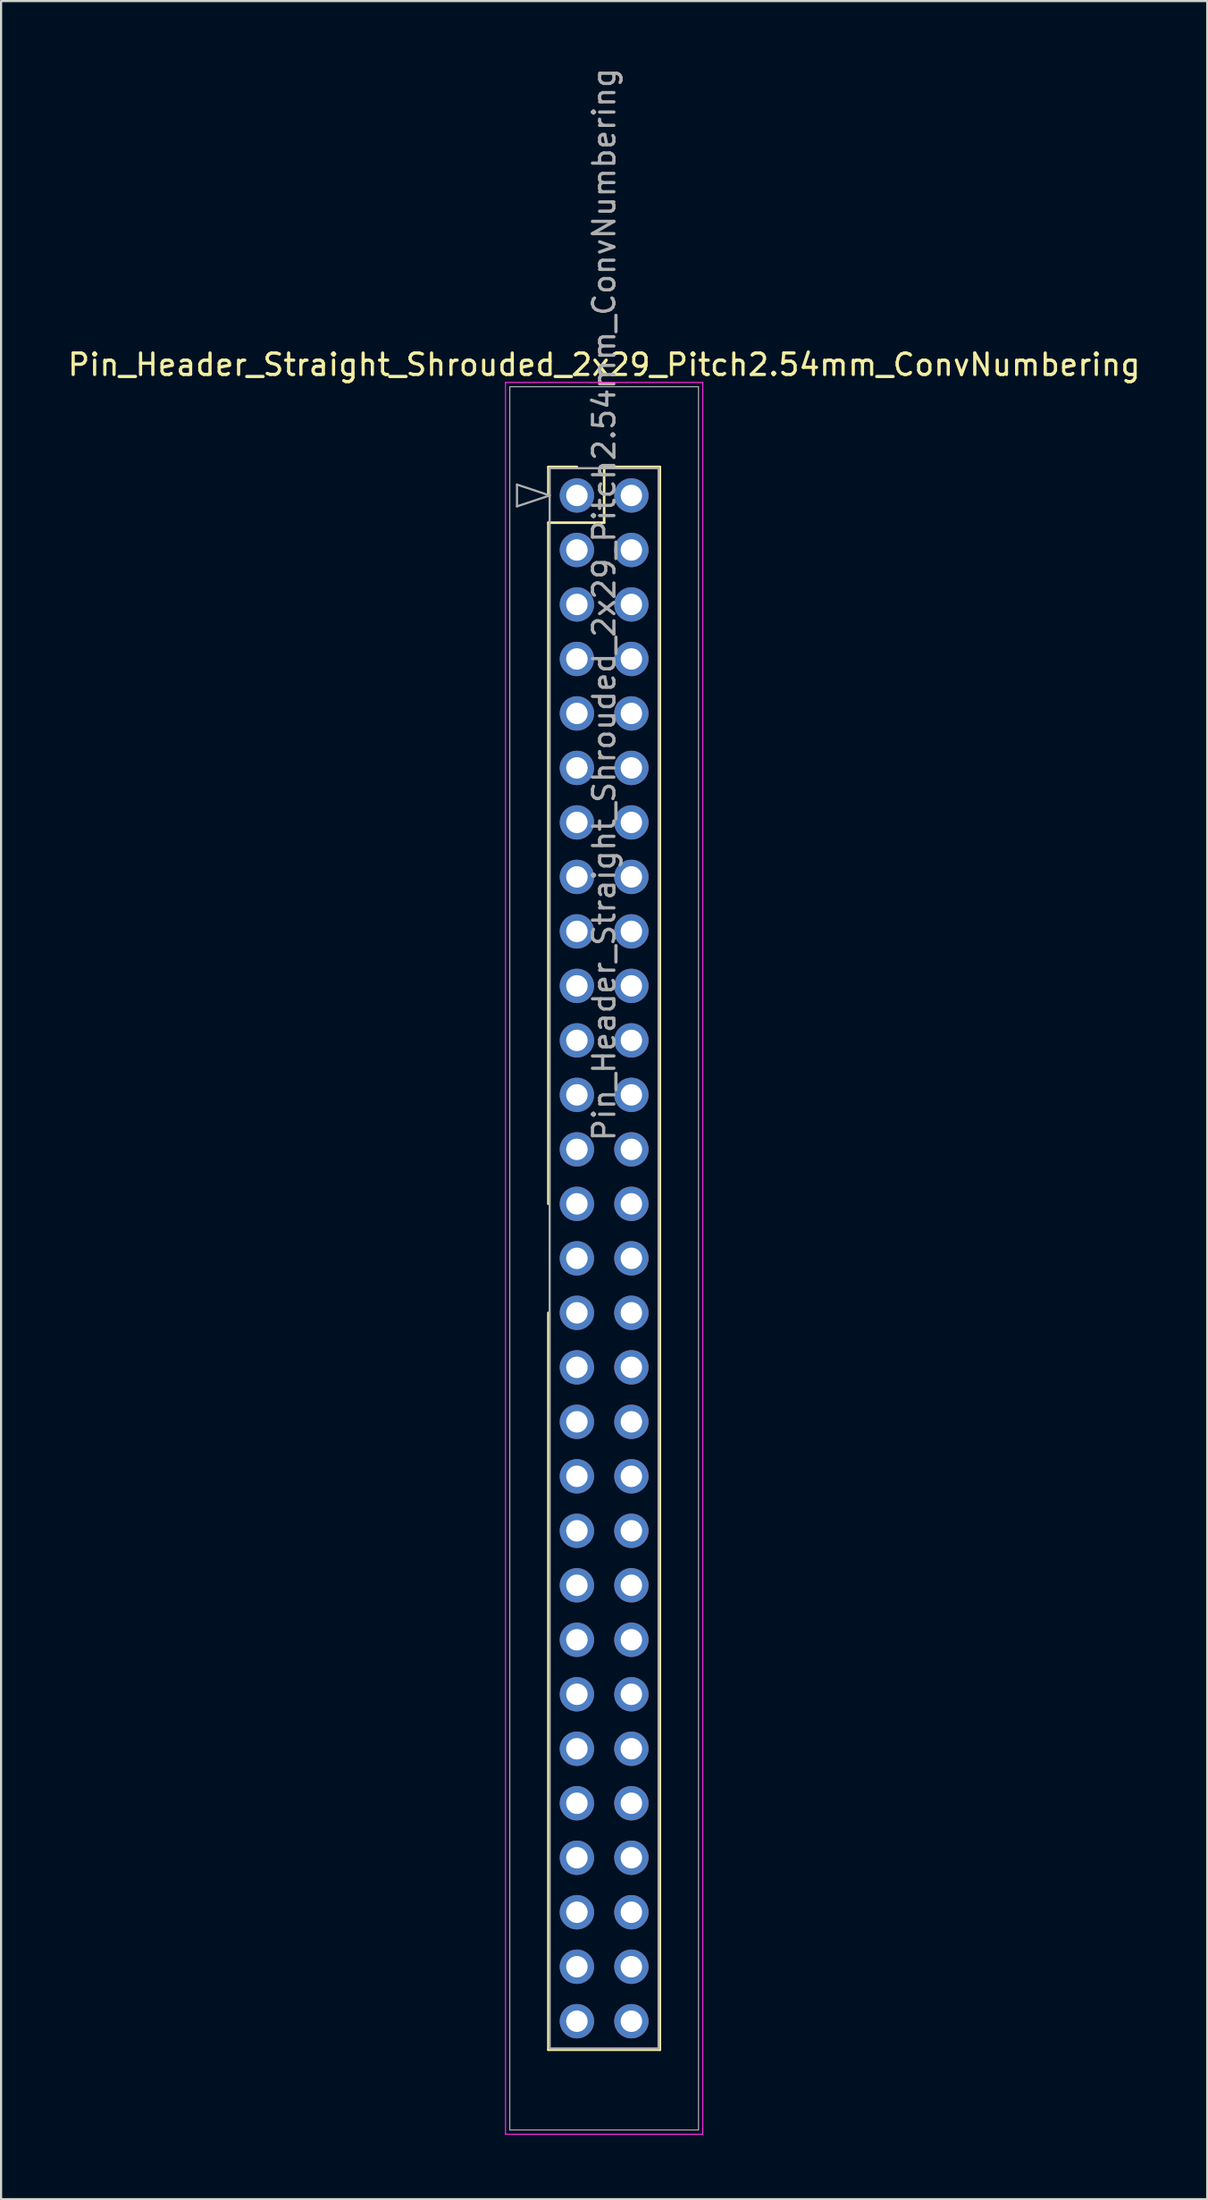
<source format=kicad_pcb>
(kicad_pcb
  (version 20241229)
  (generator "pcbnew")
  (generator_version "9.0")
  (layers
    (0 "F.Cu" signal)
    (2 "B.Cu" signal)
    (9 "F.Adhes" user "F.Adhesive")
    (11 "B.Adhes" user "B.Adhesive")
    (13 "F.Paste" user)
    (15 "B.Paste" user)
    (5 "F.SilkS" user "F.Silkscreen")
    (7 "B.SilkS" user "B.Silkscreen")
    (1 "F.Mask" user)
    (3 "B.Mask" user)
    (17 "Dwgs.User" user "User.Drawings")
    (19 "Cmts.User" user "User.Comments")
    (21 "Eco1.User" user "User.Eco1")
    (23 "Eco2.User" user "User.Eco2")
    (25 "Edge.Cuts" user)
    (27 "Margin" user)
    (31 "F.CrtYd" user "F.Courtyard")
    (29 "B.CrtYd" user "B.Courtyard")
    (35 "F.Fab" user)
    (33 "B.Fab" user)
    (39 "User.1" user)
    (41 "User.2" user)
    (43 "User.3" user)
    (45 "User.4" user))
  (footprint "Pin_Header_Straight_Shrouded_2x29_Pitch2.54mm_ConvNumbering"
    (layer "F.Cu")
    (at 23.855 20.045)
    (property "Reference" "Pin_Header_Straight_Shrouded_2x29_Pitch2.54mm_ConvNumbering" (at 1.27 -6.096 0) (layer "F.SilkS") (effects (font (size 1 1) (thickness 0.15))))
    (attr through_hole)
    (fp_line (start -1.33 -1.33) (end 0 -1.33) (stroke (width 0.12) (type solid)) (layer "F.SilkS"))
    (fp_line (start -1.33 0) (end -1.33 -1.33) (stroke (width 0.12) (type solid)) (layer "F.SilkS"))
    (fp_line (start -1.33 1.27) (end -1.33 33.02) (stroke (width 0.12) (type solid)) (layer "F.SilkS"))
    (fp_line (start -1.33 1.27) (end 1.27 1.27) (stroke (width 0.12) (type solid)) (layer "F.SilkS"))
    (fp_line (start -1.33 38.1) (end -1.33 72.45) (stroke (width 0.12) (type solid)) (layer "F.SilkS"))
    (fp_line (start -1.33 72.45) (end 3.87 72.45) (stroke (width 0.12) (type solid)) (layer "F.SilkS"))
    (fp_line (start 1.27 -1.33) (end 3.87 -1.33) (stroke (width 0.12) (type solid)) (layer "F.SilkS"))
    (fp_line (start 1.27 1.27) (end 1.27 -1.33) (stroke (width 0.12) (type solid)) (layer "F.SilkS"))
    (fp_line (start 3.87 -1.33) (end 3.87 72.45) (stroke (width 0.12) (type solid)) (layer "F.SilkS"))
    (fp_line (start -3.33 -5.27) (end -3.33 76.39) (stroke (width 0.05) (type solid)) (layer "F.CrtYd"))
    (fp_line (start -3.33 76.39) (end 5.87 76.39) (stroke (width 0.05) (type solid)) (layer "F.CrtYd"))
    (fp_line (start 5.87 -5.27) (end -3.33 -5.27) (stroke (width 0.05) (type solid)) (layer "F.CrtYd"))
    (fp_line (start 5.87 76.39) (end 5.87 -5.27) (stroke (width 0.05) (type solid)) (layer "F.CrtYd"))
    (fp_line (start -3.13 -5.07) (end -3.13 76.19) (stroke (width 0.05) (type solid)) (layer "F.Fab"))
    (fp_line (start -3.13 76.19) (end 5.67 76.19) (stroke (width 0.05) (type solid)) (layer "F.Fab"))
    (fp_line (start -2.794 -0.508) (end -1.27 0) (stroke (width 0.1) (type solid)) (layer "F.Fab"))
    (fp_line (start -2.794 0.508) (end -2.794 -0.508) (stroke (width 0.1) (type solid)) (layer "F.Fab"))
    (fp_line (start -1.27 -1.27) (end -1.27 72.39) (stroke (width 0.1) (type solid)) (layer "F.Fab"))
    (fp_line (start -1.27 0) (end -2.794 0.508) (stroke (width 0.1) (type solid)) (layer "F.Fab"))
    (fp_line (start -1.27 72.39) (end 3.81 72.39) (stroke (width 0.1) (type solid)) (layer "F.Fab"))
    (fp_line (start 3.81 -1.27) (end -1.27 -1.27) (stroke (width 0.1) (type solid)) (layer "F.Fab"))
    (fp_line (start 3.81 72.39) (end 3.81 -1.27) (stroke (width 0.1) (type solid)) (layer "F.Fab"))
    (fp_line (start 5.67 -5.07) (end -3.13 -5.07) (stroke (width 0.05) (type solid)) (layer "F.Fab"))
    (fp_line (start 5.67 76.19) (end 5.67 -5.07) (stroke (width 0.05) (type solid)) (layer "F.Fab"))
    (fp_text user "${REFERENCE}" (at 1.27 5.08 90) (layer "F.Fab") (effects (font (size 1 1) (thickness 0.15))))
    (pad "1" thru_hole oval (at 0 0) (size 1.6 1.6) (drill 1) (layers "*.Cu" "*.Mask"))
    (pad "2" thru_hole oval (at 2.54 0) (size 1.6 1.6) (drill 1) (layers "*.Cu" "*.Mask"))
    (pad "3" thru_hole oval (at 0 2.54) (size 1.6 1.6) (drill 1) (layers "*.Cu" "*.Mask"))
    (pad "4" thru_hole oval (at 2.54 2.54) (size 1.6 1.6) (drill 1) (layers "*.Cu" "*.Mask"))
    (pad "5" thru_hole oval (at 0 5.08) (size 1.6 1.6) (drill 1) (layers "*.Cu" "*.Mask"))
    (pad "6" thru_hole oval (at 2.54 5.08) (size 1.6 1.6) (drill 1) (layers "*.Cu" "*.Mask"))
    (pad "7" thru_hole oval (at 0 7.62) (size 1.6 1.6) (drill 1) (layers "*.Cu" "*.Mask"))
    (pad "8" thru_hole oval (at 2.54 7.62) (size 1.6 1.6) (drill 1) (layers "*.Cu" "*.Mask"))
    (pad "9" thru_hole oval (at 0 10.16) (size 1.6 1.6) (drill 1) (layers "*.Cu" "*.Mask"))
    (pad "10" thru_hole oval (at 2.54 10.16) (size 1.6 1.6) (drill 1) (layers "*.Cu" "*.Mask"))
    (pad "11" thru_hole oval (at 0 12.7) (size 1.6 1.6) (drill 1) (layers "*.Cu" "*.Mask"))
    (pad "12" thru_hole oval (at 2.54 12.7) (size 1.6 1.6) (drill 1) (layers "*.Cu" "*.Mask"))
    (pad "13" thru_hole oval (at 0 15.24) (size 1.6 1.6) (drill 1) (layers "*.Cu" "*.Mask"))
    (pad "14" thru_hole oval (at 2.54 15.24) (size 1.6 1.6) (drill 1) (layers "*.Cu" "*.Mask"))
    (pad "15" thru_hole oval (at 0 17.78) (size 1.6 1.6) (drill 1) (layers "*.Cu" "*.Mask"))
    (pad "16" thru_hole oval (at 2.54 17.78) (size 1.6 1.6) (drill 1) (layers "*.Cu" "*.Mask"))
    (pad "17" thru_hole oval (at 0 20.32) (size 1.6 1.6) (drill 1) (layers "*.Cu" "*.Mask"))
    (pad "18" thru_hole oval (at 2.54 20.32) (size 1.6 1.6) (drill 1) (layers "*.Cu" "*.Mask"))
    (pad "19" thru_hole oval (at 0 22.86) (size 1.6 1.6) (drill 1) (layers "*.Cu" "*.Mask"))
    (pad "20" thru_hole oval (at 2.54 22.86) (size 1.6 1.6) (drill 1) (layers "*.Cu" "*.Mask"))
    (pad "21" thru_hole oval (at 0 25.4) (size 1.6 1.6) (drill 1) (layers "*.Cu" "*.Mask"))
    (pad "22" thru_hole oval (at 2.54 25.4) (size 1.6 1.6) (drill 1) (layers "*.Cu" "*.Mask"))
    (pad "23" thru_hole oval (at 0 27.94) (size 1.6 1.6) (drill 1) (layers "*.Cu" "*.Mask"))
    (pad "24" thru_hole oval (at 2.54 27.94) (size 1.6 1.6) (drill 1) (layers "*.Cu" "*.Mask"))
    (pad "25" thru_hole oval (at 0 30.48) (size 1.6 1.6) (drill 1) (layers "*.Cu" "*.Mask"))
    (pad "26" thru_hole oval (at 2.54 30.48) (size 1.6 1.6) (drill 1) (layers "*.Cu" "*.Mask"))
    (pad "27" thru_hole oval (at 0 33.02) (size 1.6 1.6) (drill 1) (layers "*.Cu" "*.Mask"))
    (pad "28" thru_hole oval (at 2.54 33.02) (size 1.6 1.6) (drill 1) (layers "*.Cu" "*.Mask"))
    (pad "29" thru_hole oval (at 0 35.56) (size 1.6 1.6) (drill 1) (layers "*.Cu" "*.Mask"))
    (pad "30" thru_hole oval (at 2.54 35.56) (size 1.6 1.6) (drill 1) (layers "*.Cu" "*.Mask"))
    (pad "31" thru_hole oval (at 0 38.1) (size 1.6 1.6) (drill 1) (layers "*.Cu" "*.Mask"))
    (pad "32" thru_hole oval (at 2.54 38.1) (size 1.6 1.6) (drill 1) (layers "*.Cu" "*.Mask"))
    (pad "33" thru_hole oval (at 0 40.64) (size 1.6 1.6) (drill 1) (layers "*.Cu" "*.Mask"))
    (pad "34" thru_hole oval (at 2.54 40.64) (size 1.6 1.6) (drill 1) (layers "*.Cu" "*.Mask"))
    (pad "35" thru_hole oval (at 0 43.18) (size 1.6 1.6) (drill 1) (layers "*.Cu" "*.Mask"))
    (pad "36" thru_hole oval (at 2.54 43.18) (size 1.6 1.6) (drill 1) (layers "*.Cu" "*.Mask"))
    (pad "37" thru_hole oval (at 0 45.72) (size 1.6 1.6) (drill 1) (layers "*.Cu" "*.Mask"))
    (pad "38" thru_hole oval (at 2.54 45.72) (size 1.6 1.6) (drill 1) (layers "*.Cu" "*.Mask"))
    (pad "39" thru_hole oval (at 0 48.26) (size 1.6 1.6) (drill 1) (layers "*.Cu" "*.Mask"))
    (pad "40" thru_hole oval (at 2.54 48.26) (size 1.6 1.6) (drill 1) (layers "*.Cu" "*.Mask"))
    (pad "41" thru_hole oval (at 0 50.8) (size 1.6 1.6) (drill 1) (layers "*.Cu" "*.Mask"))
    (pad "42" thru_hole oval (at 2.54 50.8) (size 1.6 1.6) (drill 1) (layers "*.Cu" "*.Mask"))
    (pad "43" thru_hole oval (at 0 53.34) (size 1.6 1.6) (drill 1) (layers "*.Cu" "*.Mask"))
    (pad "44" thru_hole oval (at 2.54 53.34) (size 1.6 1.6) (drill 1) (layers "*.Cu" "*.Mask"))
    (pad "45" thru_hole oval (at 0 55.88) (size 1.6 1.6) (drill 1) (layers "*.Cu" "*.Mask"))
    (pad "46" thru_hole oval (at 2.54 55.88) (size 1.6 1.6) (drill 1) (layers "*.Cu" "*.Mask"))
    (pad "47" thru_hole oval (at 0 58.42) (size 1.6 1.6) (drill 1) (layers "*.Cu" "*.Mask"))
    (pad "48" thru_hole oval (at 2.54 58.42) (size 1.6 1.6) (drill 1) (layers "*.Cu" "*.Mask"))
    (pad "49" thru_hole oval (at 0 60.96) (size 1.6 1.6) (drill 1) (layers "*.Cu" "*.Mask"))
    (pad "50" thru_hole oval (at 2.54 60.96) (size 1.6 1.6) (drill 1) (layers "*.Cu" "*.Mask"))
    (pad "51" thru_hole oval (at 0 63.5) (size 1.6 1.6) (drill 1) (layers "*.Cu" "*.Mask"))
    (pad "52" thru_hole oval (at 2.54 63.5) (size 1.6 1.6) (drill 1) (layers "*.Cu" "*.Mask"))
    (pad "53" thru_hole oval (at 0 66.04) (size 1.6 1.6) (drill 1) (layers "*.Cu" "*.Mask"))
    (pad "54" thru_hole oval (at 2.54 66.04) (size 1.6 1.6) (drill 1) (layers "*.Cu" "*.Mask"))
    (pad "55" thru_hole oval (at 0 68.58) (size 1.6 1.6) (drill 1) (layers "*.Cu" "*.Mask"))
    (pad "56" thru_hole oval (at 2.54 68.58) (size 1.6 1.6) (drill 1) (layers "*.Cu" "*.Mask"))
    (pad "57" thru_hole oval (at 0 71.12) (size 1.6 1.6) (drill 1) (layers "*.Cu" "*.Mask"))
    (pad "58" thru_hole oval (at 2.54 71.12) (size 1.6 1.6) (drill 1) (layers "*.Cu" "*.Mask")))
  (gr_rect
    (start -3 -3)
    (end 53.25 99.46)
    (stroke (width 0.1) (type default))
    (fill no)
    (layer "Edge.Cuts")))
</source>
